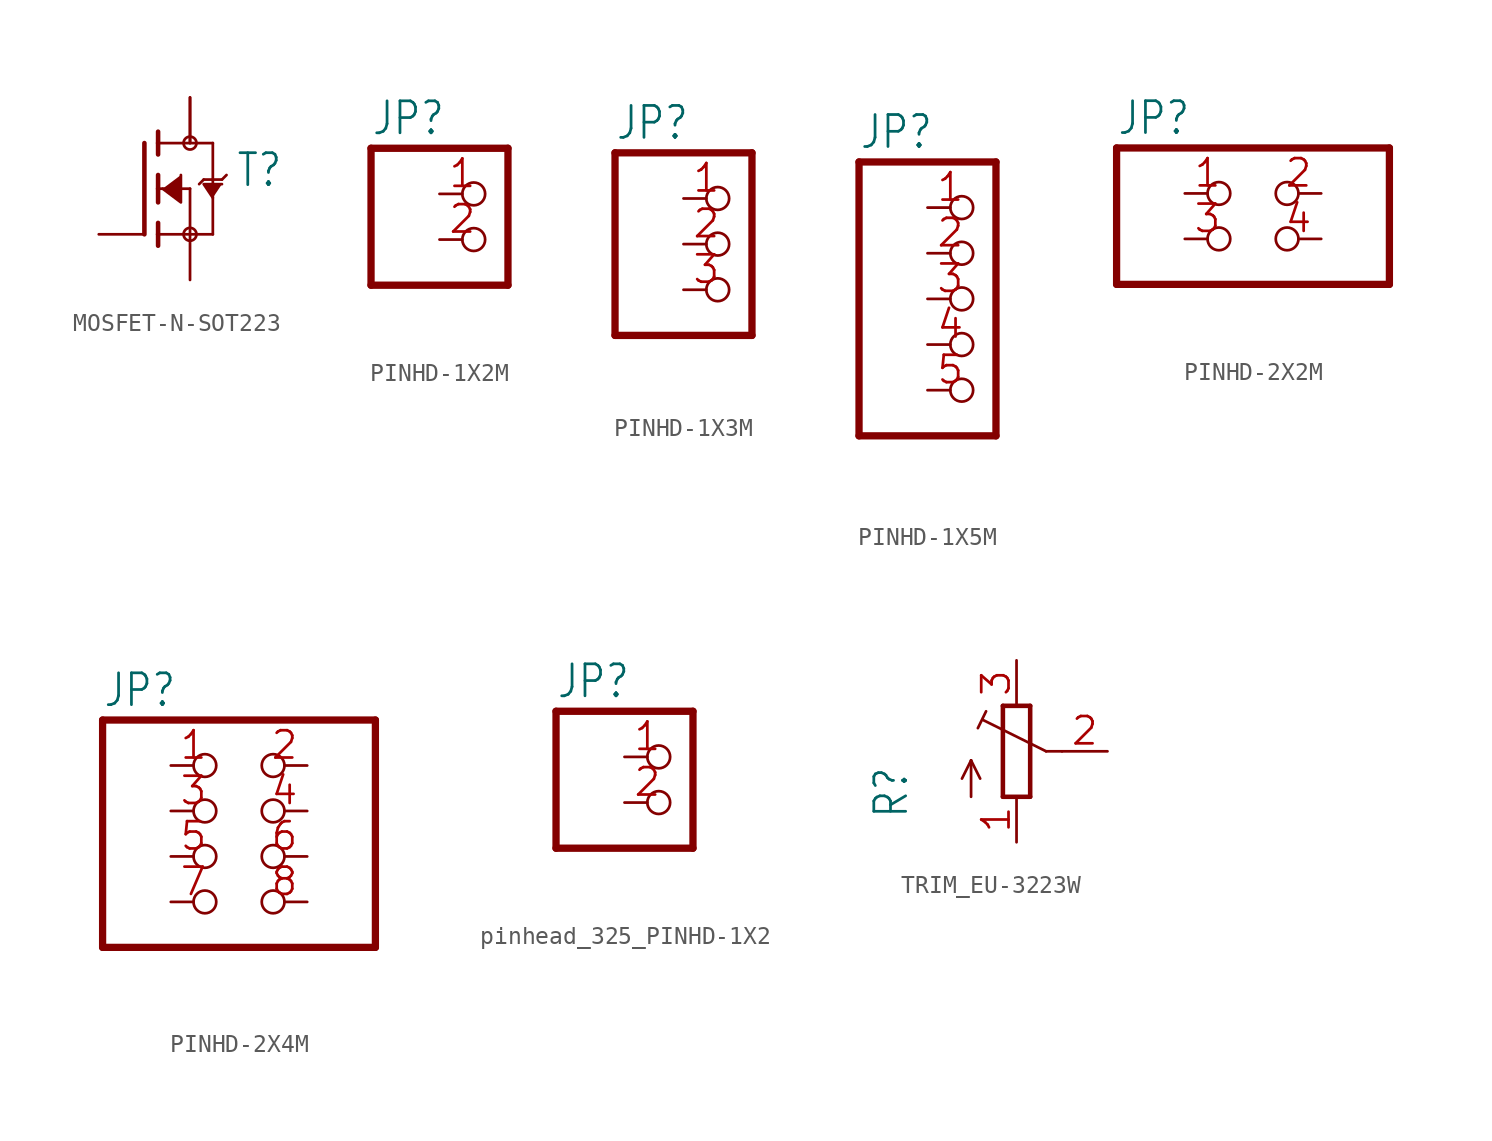
<source format=kicad_sym>
(kicad_symbol_lib
  (version 20241209)
  (generator "kicad_symbol_editor")
  (generator_version "9.0")
  (symbol "MOSFET-N-SOT223"
    (property "Reference" "T"
      (at 2.54 0 0)
      (effects (font (size 1.778 1.511)) (justify left bottom)))
    (property "Value" ""
      (at 2.54 -2.54 0)
      (effects (font (size 1.778 1.511)) (justify left bottom)))
    (property "ki_locked" ""
      (at 0 0 0)
      (effects (font (size 1.27 1.27))))
    (symbol "MOSFET-N-SOT223_1_0"
      (polyline (pts (xy -2.54 2.54) (xy -2.54 -2.54)) (stroke (width 0.254) (type solid)) (fill (type none)))
      (polyline (pts (xy -1.778 3.175) (xy -1.778 2.54)) (stroke (width 0.254) (type solid)) (fill (type none)))
      (polyline (pts (xy -1.778 2.54) (xy -1.778 1.905)) (stroke (width 0.254) (type solid)) (fill (type none)))
      (polyline (pts (xy -1.778 2.54) (xy 1.27 2.54)) (stroke (width 0.152) (type solid)) (fill (type none)))
      (polyline (pts (xy -1.778 0.762) (xy -1.778 0)) (stroke (width 0.254) (type solid)) (fill (type none)))
      (polyline (pts (xy -1.778 0) (xy -1.778 -0.762)) (stroke (width 0.254) (type solid)) (fill (type none)))
      (polyline (pts (xy -1.778 0) (xy 0 0)) (stroke (width 0.152) (type solid)) (fill (type none)))
      (polyline (pts (xy -1.778 -1.905) (xy -1.778 -2.54)) (stroke (width 0.254) (type solid)) (fill (type none)))
      (polyline (pts (xy -1.778 -2.54) (xy -1.778 -3.175)) (stroke (width 0.254) (type solid)) (fill (type none)))
      (polyline (pts (xy -1.524 0) (xy -0.508 -0.762) (xy -0.508 0.762)) (stroke (width 0.152) (type solid)) (fill (type outline)))
      (circle (center 0 2.54) (radius 0.359) (stroke (width 0) (type solid)) (fill (type none)))
      (polyline (pts (xy 0 0) (xy 0 -2.54)) (stroke (width 0.152) (type solid)) (fill (type none)))
      (polyline (pts (xy 0 -2.54) (xy -1.778 -2.54)) (stroke (width 0.152) (type solid)) (fill (type none)))
      (polyline (pts (xy 0 -2.54) (xy 1.27 -2.54)) (stroke (width 0.152) (type solid)) (fill (type none)))
      (circle (center 0 -2.54) (radius 0.359) (stroke (width 0) (type solid)) (fill (type none)))
      (polyline (pts (xy 0.762 0.508) (xy 0.508 0.254)) (stroke (width 0.152) (type solid)) (fill (type none)))
      (polyline (pts (xy 1.27 2.54) (xy 1.27 0.508)) (stroke (width 0.152) (type solid)) (fill (type none)))
      (polyline (pts (xy 1.27 0.508) (xy 0.762 0.508)) (stroke (width 0.152) (type solid)) (fill (type none)))
      (polyline (pts (xy 1.27 0.508) (xy 1.27 -2.54)) (stroke (width 0.152) (type solid)) (fill (type none)))
      (polyline (pts (xy 1.27 -0.508) (xy 0.762 0.254) (xy 1.778 0.254)) (stroke (width 0.152) (type solid)) (fill (type outline)))
      (polyline (pts (xy 1.778 0.508) (xy 1.27 0.508)) (stroke (width 0.152) (type solid)) (fill (type none)))
      (polyline (pts (xy 2.032 0.762) (xy 1.778 0.508)) (stroke (width 0.152) (type solid)) (fill (type none)))
      (pin passive line (at -5.08 -2.54 0) (length 2.54) (name "G" (effects (font (size 0 0)))) (number "1" (effects (font (size 0 0)))))
      (pin passive line (at 0 5.08 270) (length 2.54) (name "D" (effects (font (size 0 0)))) (number "2" (effects (font (size 0 0)))))
      (pin passive line (at 0 5.08 270) (length 2.54) (name "D" (effects (font (size 0 0)))) (number "4" (effects (font (size 0 0)))))
      (pin passive line (at 0 -5.08 90) (length 2.54) (name "S" (effects (font (size 0 0)))) (number "3" (effects (font (size 0 0)))))))
  (symbol "PINHD-1X2M"
    (property "Reference" "JP"
      (at -6.35 5.715 0)
      (effects (font (size 1.778 1.511)) (justify left bottom)))
    (property "Value" ""
      (at -6.35 -5.08 0)
      (effects (font (size 1.778 1.511)) (justify left bottom)))
    (property "ki_locked" ""
      (at 0 0 0)
      (effects (font (size 1.27 1.27))))
    (symbol "PINHD-1X2M_1_0"
      (polyline (pts (xy -6.35 5.08) (xy -6.35 -2.54)) (stroke (width 0.406) (type solid)) (fill (type none)))
      (polyline (pts (xy -6.35 -2.54) (xy 1.27 -2.54)) (stroke (width 0.406) (type solid)) (fill (type none)))
      (polyline (pts (xy 1.27 5.08) (xy -6.35 5.08)) (stroke (width 0.406) (type solid)) (fill (type none)))
      (polyline (pts (xy 1.27 -2.54) (xy 1.27 5.08)) (stroke (width 0.406) (type solid)) (fill (type none)))
      (pin passive inverted (at -2.54 2.54 0) (length 2.54) (name "1" (effects (font (size 0 0)))) (number "1" (effects (font (size 1.524 1.524)))))
      (pin passive inverted (at -2.54 0 0) (length 2.54) (name "2" (effects (font (size 0 0)))) (number "2" (effects (font (size 1.524 1.524)))))))
  (symbol "PINHD-1X3M"
    (property "Reference" "JP"
      (at -6.35 5.715 0)
      (effects (font (size 1.778 1.511)) (justify left bottom)))
    (property "Value" ""
      (at -6.35 -7.62 0)
      (effects (font (size 1.778 1.511)) (justify left bottom)))
    (property "ki_locked" ""
      (at 0 0 0)
      (effects (font (size 1.27 1.27))))
    (symbol "PINHD-1X3M_1_0"
      (polyline (pts (xy -6.35 5.08) (xy -6.35 -5.08)) (stroke (width 0.406) (type solid)) (fill (type none)))
      (polyline (pts (xy -6.35 -5.08) (xy 1.27 -5.08)) (stroke (width 0.406) (type solid)) (fill (type none)))
      (polyline (pts (xy 1.27 5.08) (xy -6.35 5.08)) (stroke (width 0.406) (type solid)) (fill (type none)))
      (polyline (pts (xy 1.27 -5.08) (xy 1.27 5.08)) (stroke (width 0.406) (type solid)) (fill (type none)))
      (pin passive inverted (at -2.54 2.54 0) (length 2.54) (name "1" (effects (font (size 0 0)))) (number "1" (effects (font (size 1.524 1.524)))))
      (pin passive inverted (at -2.54 0 0) (length 2.54) (name "2" (effects (font (size 0 0)))) (number "2" (effects (font (size 1.524 1.524)))))
      (pin passive inverted (at -2.54 -2.54 0) (length 2.54) (name "3" (effects (font (size 0 0)))) (number "3" (effects (font (size 1.524 1.524)))))))
  (symbol "PINHD-1X5M"
    (property "Reference" "JP"
      (at -6.35 8.255 0)
      (effects (font (size 1.778 1.511)) (justify left bottom)))
    (property "Value" ""
      (at -6.35 -10.16 0)
      (effects (font (size 1.778 1.511)) (justify left bottom)))
    (property "ki_locked" ""
      (at 0 0 0)
      (effects (font (size 1.27 1.27))))
    (symbol "PINHD-1X5M_1_0"
      (polyline (pts (xy -6.35 7.62) (xy -6.35 -7.62)) (stroke (width 0.406) (type solid)) (fill (type none)))
      (polyline (pts (xy -6.35 -7.62) (xy 1.27 -7.62)) (stroke (width 0.406) (type solid)) (fill (type none)))
      (polyline (pts (xy 1.27 7.62) (xy -6.35 7.62)) (stroke (width 0.406) (type solid)) (fill (type none)))
      (polyline (pts (xy 1.27 -7.62) (xy 1.27 7.62)) (stroke (width 0.406) (type solid)) (fill (type none)))
      (pin passive inverted (at -2.54 5.08 0) (length 2.54) (name "1" (effects (font (size 0 0)))) (number "1" (effects (font (size 1.524 1.524)))))
      (pin passive inverted (at -2.54 2.54 0) (length 2.54) (name "2" (effects (font (size 0 0)))) (number "2" (effects (font (size 1.524 1.524)))))
      (pin passive inverted (at -2.54 0 0) (length 2.54) (name "3" (effects (font (size 0 0)))) (number "3" (effects (font (size 1.524 1.524)))))
      (pin passive inverted (at -2.54 -2.54 0) (length 2.54) (name "4" (effects (font (size 0 0)))) (number "4" (effects (font (size 1.524 1.524)))))
      (pin passive inverted (at -2.54 -5.08 0) (length 2.54) (name "5" (effects (font (size 0 0)))) (number "5" (effects (font (size 1.524 1.524)))))))
  (symbol "PINHD-2X2M"
    (property "Reference" "JP"
      (at -8.89 5.715 0)
      (effects (font (size 1.778 1.511)) (justify left bottom)))
    (property "Value" ""
      (at -8.89 -5.08 0)
      (effects (font (size 1.778 1.511)) (justify left bottom)))
    (property "ki_locked" ""
      (at 0 0 0)
      (effects (font (size 1.27 1.27))))
    (symbol "PINHD-2X2M_1_0"
      (polyline (pts (xy -8.89 5.08) (xy -8.89 -2.54)) (stroke (width 0.406) (type solid)) (fill (type none)))
      (polyline (pts (xy -8.89 -2.54) (xy 6.35 -2.54)) (stroke (width 0.406) (type solid)) (fill (type none)))
      (polyline (pts (xy 6.35 5.08) (xy -8.89 5.08)) (stroke (width 0.406) (type solid)) (fill (type none)))
      (polyline (pts (xy 6.35 -2.54) (xy 6.35 5.08)) (stroke (width 0.406) (type solid)) (fill (type none)))
      (pin passive inverted (at -5.08 2.54 0) (length 2.54) (name "1" (effects (font (size 0 0)))) (number "1" (effects (font (size 1.524 1.524)))))
      (pin passive inverted (at -5.08 0 0) (length 2.54) (name "3" (effects (font (size 0 0)))) (number "3" (effects (font (size 1.524 1.524)))))
      (pin passive inverted (at 2.54 2.54 180) (length 2.54) (name "2" (effects (font (size 0 0)))) (number "2" (effects (font (size 1.524 1.524)))))
      (pin passive inverted (at 2.54 0 180) (length 2.54) (name "4" (effects (font (size 0 0)))) (number "4" (effects (font (size 1.524 1.524)))))))
  (symbol "PINHD-2X4M"
    (property "Reference" "JP"
      (at -6.35 8.255 0)
      (effects (font (size 1.778 1.511)) (justify left bottom)))
    (property "Value" ""
      (at -6.35 -7.62 0)
      (effects (font (size 1.778 1.511)) (justify left bottom)))
    (property "ki_locked" ""
      (at 0 0 0)
      (effects (font (size 1.27 1.27))))
    (symbol "PINHD-2X4M_1_0"
      (polyline (pts (xy -6.35 7.62) (xy -6.35 -5.08)) (stroke (width 0.406) (type solid)) (fill (type none)))
      (polyline (pts (xy -6.35 -5.08) (xy 8.89 -5.08)) (stroke (width 0.406) (type solid)) (fill (type none)))
      (polyline (pts (xy 8.89 7.62) (xy -6.35 7.62)) (stroke (width 0.406) (type solid)) (fill (type none)))
      (polyline (pts (xy 8.89 -5.08) (xy 8.89 7.62)) (stroke (width 0.406) (type solid)) (fill (type none)))
      (pin passive inverted (at -2.54 5.08 0) (length 2.54) (name "1" (effects (font (size 0 0)))) (number "1" (effects (font (size 1.524 1.524)))))
      (pin passive inverted (at -2.54 2.54 0) (length 2.54) (name "3" (effects (font (size 0 0)))) (number "3" (effects (font (size 1.524 1.524)))))
      (pin passive inverted (at -2.54 0 0) (length 2.54) (name "5" (effects (font (size 0 0)))) (number "5" (effects (font (size 1.524 1.524)))))
      (pin passive inverted (at -2.54 -2.54 0) (length 2.54) (name "7" (effects (font (size 0 0)))) (number "7" (effects (font (size 1.524 1.524)))))
      (pin passive inverted (at 5.08 5.08 180) (length 2.54) (name "2" (effects (font (size 0 0)))) (number "2" (effects (font (size 1.524 1.524)))))
      (pin passive inverted (at 5.08 2.54 180) (length 2.54) (name "4" (effects (font (size 0 0)))) (number "4" (effects (font (size 1.524 1.524)))))
      (pin passive inverted (at 5.08 0 180) (length 2.54) (name "6" (effects (font (size 0 0)))) (number "6" (effects (font (size 1.524 1.524)))))
      (pin passive inverted (at 5.08 -2.54 180) (length 2.54) (name "8" (effects (font (size 0 0)))) (number "8" (effects (font (size 1.524 1.524)))))))
  (symbol "pinhead_325_PINHD-1X2"
    (property "Reference" "JP"
      (at -6.35 5.715 0)
      (effects (font (size 1.778 1.511)) (justify left bottom)))
    (property "Value" ""
      (at -6.35 -5.08 0)
      (effects (font (size 1.778 1.511)) (justify left bottom)))
    (property "ki_locked" ""
      (at 0 0 0)
      (effects (font (size 1.27 1.27))))
    (symbol "pinhead_325_PINHD-1X2_1_0"
      (polyline (pts (xy -6.35 5.08) (xy -6.35 -2.54)) (stroke (width 0.406) (type solid)) (fill (type none)))
      (polyline (pts (xy -6.35 -2.54) (xy 1.27 -2.54)) (stroke (width 0.406) (type solid)) (fill (type none)))
      (polyline (pts (xy 1.27 5.08) (xy -6.35 5.08)) (stroke (width 0.406) (type solid)) (fill (type none)))
      (polyline (pts (xy 1.27 -2.54) (xy 1.27 5.08)) (stroke (width 0.406) (type solid)) (fill (type none)))
      (pin passive inverted (at -2.54 2.54 0) (length 2.54) (name "1" (effects (font (size 0 0)))) (number "1" (effects (font (size 1.524 1.524)))))
      (pin passive inverted (at -2.54 0 0) (length 2.54) (name "2" (effects (font (size 0 0)))) (number "2" (effects (font (size 1.524 1.524)))))))
  (symbol "TRIM_EU-3223W"
    (property "Reference" "R"
      (at -5.969 -3.81 90)
      (effects (font (size 1.778 1.511)) (justify left bottom)))
    (property "Value" ""
      (at -3.81 -3.81 90)
      (effects (font (size 1.778 1.511)) (justify left bottom)))
    (property "ki_locked" ""
      (at 0 0 0)
      (effects (font (size 1.27 1.27))))
    (symbol "TRIM_EU-3223W_1_0"
      (polyline (pts (xy -2.54 -0.508) (xy -3.048 -1.524)) (stroke (width 0.152) (type solid)) (fill (type none)))
      (polyline (pts (xy -2.54 -0.508) (xy -2.032 -1.524)) (stroke (width 0.152) (type solid)) (fill (type none)))
      (polyline (pts (xy -2.54 -2.54) (xy -2.54 -0.508)) (stroke (width 0.152) (type solid)) (fill (type none)))
      (polyline (pts (xy -2.16 1.294) (xy -1.702 2.235)) (stroke (width 0.152) (type solid)) (fill (type none)))
      (polyline (pts (xy -0.762 2.54) (xy -0.762 -2.54)) (stroke (width 0.254) (type solid)) (fill (type none)))
      (polyline (pts (xy -0.762 -2.54) (xy 0.762 -2.54)) (stroke (width 0.254) (type solid)) (fill (type none)))
      (polyline (pts (xy 0.762 2.54) (xy -0.762 2.54)) (stroke (width 0.254) (type solid)) (fill (type none)))
      (polyline (pts (xy 0.762 -2.54) (xy 0.762 2.54)) (stroke (width 0.254) (type solid)) (fill (type none)))
      (polyline (pts (xy 1.651 0) (xy -1.88 1.753)) (stroke (width 0.152) (type solid)) (fill (type none)))
      (polyline (pts (xy 2.54 0) (xy 1.651 0)) (stroke (width 0.152) (type solid)) (fill (type none)))
      (pin passive line (at 0 5.08 270) (length 2.54) (name "E" (effects (font (size 0 0)))) (number "3" (effects (font (size 1.524 1.524)))))
      (pin passive line (at 0 -5.08 90) (length 2.54) (name "A" (effects (font (size 0 0)))) (number "1" (effects (font (size 1.524 1.524)))))
      (pin passive line (at 5.08 0 180) (length 2.54) (name "S" (effects (font (size 0 0)))) (number "2" (effects (font (size 1.524 1.524))))))))
</source>
